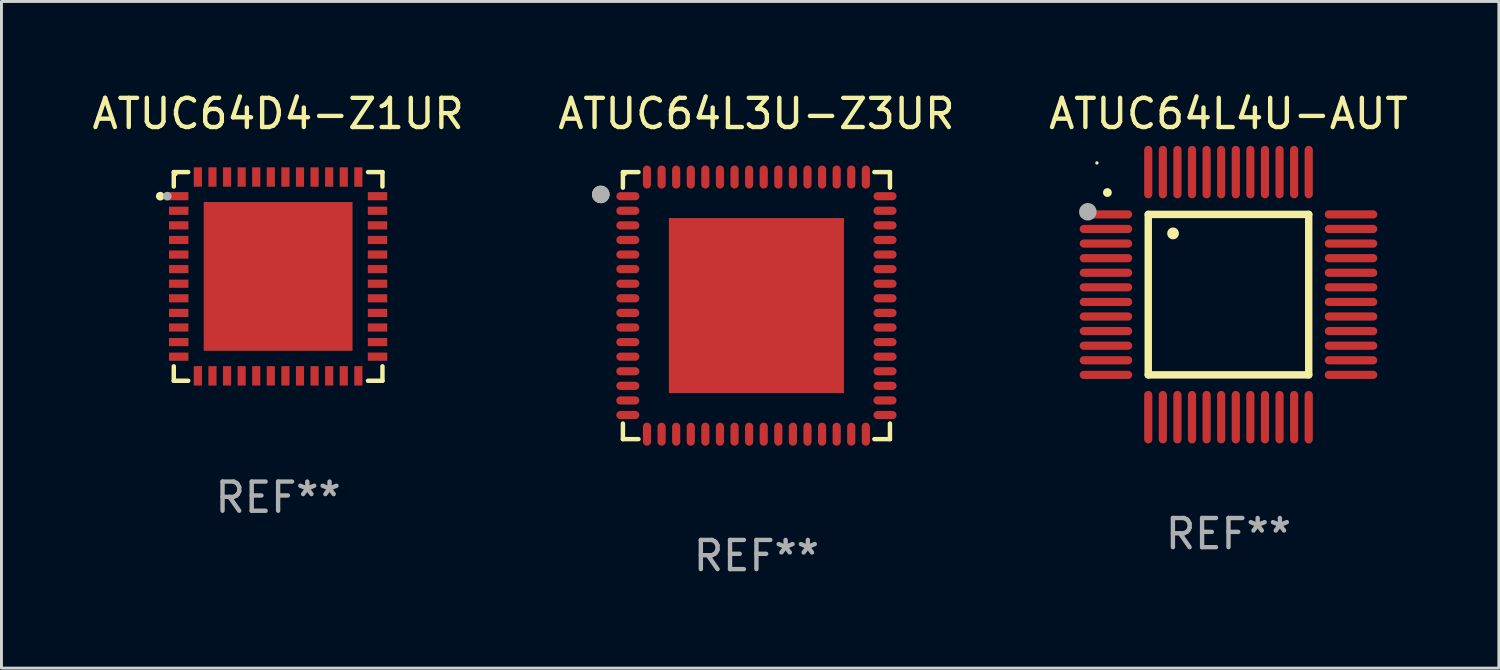
<source format=kicad_pcb>
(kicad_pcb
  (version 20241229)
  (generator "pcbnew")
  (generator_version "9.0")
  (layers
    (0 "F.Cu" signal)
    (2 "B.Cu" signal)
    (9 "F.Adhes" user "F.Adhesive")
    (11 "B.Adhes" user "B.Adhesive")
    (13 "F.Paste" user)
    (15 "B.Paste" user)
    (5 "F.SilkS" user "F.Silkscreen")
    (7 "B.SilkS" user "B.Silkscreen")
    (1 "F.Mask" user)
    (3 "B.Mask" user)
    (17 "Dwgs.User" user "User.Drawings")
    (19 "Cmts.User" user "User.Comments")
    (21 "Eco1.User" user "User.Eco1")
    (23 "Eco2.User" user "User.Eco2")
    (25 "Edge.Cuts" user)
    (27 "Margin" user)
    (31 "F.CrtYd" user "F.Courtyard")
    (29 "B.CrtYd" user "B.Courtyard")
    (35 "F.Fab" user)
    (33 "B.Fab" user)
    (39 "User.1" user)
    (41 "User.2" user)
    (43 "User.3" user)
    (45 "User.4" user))
  (footprint "ATUC64D4-Z1UR"
    (layer "F.Cu")
    (at 6.482 6.424)
    (property "Reference" "ATUC64D4-Z1UR" (at 0 -5.576 0) (layer "F.SilkS") (effects (font (size 1 1) (thickness 0.15))))
    (attr through_hole)
    (fp_line (start -3.576 -3.576) (end -3.576 -3.081) (stroke (width 0.152) (type solid)) (layer "F.SilkS"))
    (fp_line (start -3.576 3.576) (end -3.576 3.081) (stroke (width 0.152) (type solid)) (layer "F.SilkS"))
    (fp_line (start -3.081 -3.576) (end -3.576 -3.576) (stroke (width 0.152) (type solid)) (layer "F.SilkS"))
    (fp_line (start -3.081 3.576) (end -3.576 3.576) (stroke (width 0.152) (type solid)) (layer "F.SilkS"))
    (fp_line (start 3.081 -3.576) (end 3.576 -3.576) (stroke (width 0.152) (type solid)) (layer "F.SilkS"))
    (fp_line (start 3.081 3.576) (end 3.576 3.576) (stroke (width 0.152) (type solid)) (layer "F.SilkS"))
    (fp_line (start 3.576 -3.576) (end 3.576 -3.081) (stroke (width 0.152) (type solid)) (layer "F.SilkS"))
    (fp_line (start 3.576 3.576) (end 3.576 3.081) (stroke (width 0.152) (type solid)) (layer "F.SilkS"))
    (fp_circle (center -4.04 -2.75) (end -3.965 -2.75) (stroke (width 0.15) (type solid)) (fill no) (layer "F.SilkS"))
    (fp_circle (center -3.5 -3.5) (end -3.47 -3.5) (stroke (width 0.06) (type solid)) (fill no) (layer "F.SilkS"))
    (fp_circle (center -3.8 -2.75) (end -3.725 -2.75) (stroke (width 0.15) (type solid)) (fill no) (layer "F.Fab"))
    (fp_text user "REF**" (at 0 7.576 0) (layer "F.Fab") (effects (font (size 1 1) (thickness 0.15))))
    (pad "1" smd rect (at -3.407 -2.75) (size 0.665 0.28) (layers "F.Cu" "F.Mask" "F.Paste"))
    (pad "2" smd rect (at -3.407 -2.25) (size 0.665 0.28) (layers "F.Cu" "F.Mask" "F.Paste"))
    (pad "3" smd rect (at -3.407 -1.75) (size 0.665 0.28) (layers "F.Cu" "F.Mask" "F.Paste"))
    (pad "4" smd rect (at -3.407 -1.25) (size 0.665 0.28) (layers "F.Cu" "F.Mask" "F.Paste"))
    (pad "5" smd rect (at -3.407 -0.75) (size 0.665 0.28) (layers "F.Cu" "F.Mask" "F.Paste"))
    (pad "6" smd rect (at -3.407 -0.25) (size 0.665 0.28) (layers "F.Cu" "F.Mask" "F.Paste"))
    (pad "7" smd rect (at -3.407 0.25) (size 0.665 0.28) (layers "F.Cu" "F.Mask" "F.Paste"))
    (pad "8" smd rect (at -3.407 0.75) (size 0.665 0.28) (layers "F.Cu" "F.Mask" "F.Paste"))
    (pad "9" smd rect (at -3.407 1.25) (size 0.665 0.28) (layers "F.Cu" "F.Mask" "F.Paste"))
    (pad "10" smd rect (at -3.407 1.75) (size 0.665 0.28) (layers "F.Cu" "F.Mask" "F.Paste"))
    (pad "11" smd rect (at -3.407 2.25) (size 0.665 0.28) (layers "F.Cu" "F.Mask" "F.Paste"))
    (pad "12" smd rect (at -3.407 2.75) (size 0.665 0.28) (layers "F.Cu" "F.Mask" "F.Paste"))
    (pad "13" smd rect (at -2.75 3.407) (size 0.28 0.665) (layers "F.Cu" "F.Mask" "F.Paste"))
    (pad "14" smd rect (at -2.25 3.407) (size 0.28 0.665) (layers "F.Cu" "F.Mask" "F.Paste"))
    (pad "15" smd rect (at -1.75 3.407) (size 0.28 0.665) (layers "F.Cu" "F.Mask" "F.Paste"))
    (pad "16" smd rect (at -1.25 3.407) (size 0.28 0.665) (layers "F.Cu" "F.Mask" "F.Paste"))
    (pad "17" smd rect (at -0.75 3.407) (size 0.28 0.665) (layers "F.Cu" "F.Mask" "F.Paste"))
    (pad "18" smd rect (at -0.25 3.407) (size 0.28 0.665) (layers "F.Cu" "F.Mask" "F.Paste"))
    (pad "19" smd rect (at 0.25 3.407) (size 0.28 0.665) (layers "F.Cu" "F.Mask" "F.Paste"))
    (pad "20" smd rect (at 0.75 3.407) (size 0.28 0.665) (layers "F.Cu" "F.Mask" "F.Paste"))
    (pad "21" smd rect (at 1.25 3.407) (size 0.28 0.665) (layers "F.Cu" "F.Mask" "F.Paste"))
    (pad "22" smd rect (at 1.75 3.407) (size 0.28 0.665) (layers "F.Cu" "F.Mask" "F.Paste"))
    (pad "23" smd rect (at 2.25 3.407) (size 0.28 0.665) (layers "F.Cu" "F.Mask" "F.Paste"))
    (pad "24" smd rect (at 2.75 3.407) (size 0.28 0.665) (layers "F.Cu" "F.Mask" "F.Paste"))
    (pad "25" smd rect (at 3.407 2.75) (size 0.665 0.28) (layers "F.Cu" "F.Mask" "F.Paste"))
    (pad "26" smd rect (at 3.407 2.25) (size 0.665 0.28) (layers "F.Cu" "F.Mask" "F.Paste"))
    (pad "27" smd rect (at 3.407 1.75) (size 0.665 0.28) (layers "F.Cu" "F.Mask" "F.Paste"))
    (pad "28" smd rect (at 3.407 1.25) (size 0.665 0.28) (layers "F.Cu" "F.Mask" "F.Paste"))
    (pad "29" smd rect (at 3.407 0.75) (size 0.665 0.28) (layers "F.Cu" "F.Mask" "F.Paste"))
    (pad "30" smd rect (at 3.407 0.25) (size 0.665 0.28) (layers "F.Cu" "F.Mask" "F.Paste"))
    (pad "31" smd rect (at 3.407 -0.25) (size 0.665 0.28) (layers "F.Cu" "F.Mask" "F.Paste"))
    (pad "32" smd rect (at 3.407 -0.75) (size 0.665 0.28) (layers "F.Cu" "F.Mask" "F.Paste"))
    (pad "33" smd rect (at 3.407 -1.25) (size 0.665 0.28) (layers "F.Cu" "F.Mask" "F.Paste"))
    (pad "34" smd rect (at 3.407 -1.75) (size 0.665 0.28) (layers "F.Cu" "F.Mask" "F.Paste"))
    (pad "35" smd rect (at 3.407 -2.25) (size 0.665 0.28) (layers "F.Cu" "F.Mask" "F.Paste"))
    (pad "36" smd rect (at 3.407 -2.75) (size 0.665 0.28) (layers "F.Cu" "F.Mask" "F.Paste"))
    (pad "37" smd rect (at 2.75 -3.407) (size 0.28 0.665) (layers "F.Cu" "F.Mask" "F.Paste"))
    (pad "38" smd rect (at 2.25 -3.407) (size 0.28 0.665) (layers "F.Cu" "F.Mask" "F.Paste"))
    (pad "39" smd rect (at 1.75 -3.407) (size 0.28 0.665) (layers "F.Cu" "F.Mask" "F.Paste"))
    (pad "40" smd rect (at 1.25 -3.407) (size 0.28 0.665) (layers "F.Cu" "F.Mask" "F.Paste"))
    (pad "41" smd rect (at 0.75 -3.407) (size 0.28 0.665) (layers "F.Cu" "F.Mask" "F.Paste"))
    (pad "42" smd rect (at 0.25 -3.407) (size 0.28 0.665) (layers "F.Cu" "F.Mask" "F.Paste"))
    (pad "43" smd rect (at -0.25 -3.407) (size 0.28 0.665) (layers "F.Cu" "F.Mask" "F.Paste"))
    (pad "44" smd rect (at -0.75 -3.407) (size 0.28 0.665) (layers "F.Cu" "F.Mask" "F.Paste"))
    (pad "45" smd rect (at -1.25 -3.407) (size 0.28 0.665) (layers "F.Cu" "F.Mask" "F.Paste"))
    (pad "46" smd rect (at -1.75 -3.407) (size 0.28 0.665) (layers "F.Cu" "F.Mask" "F.Paste"))
    (pad "47" smd rect (at -2.25 -3.407) (size 0.28 0.665) (layers "F.Cu" "F.Mask" "F.Paste"))
    (pad "48" smd rect (at -2.75 -3.407) (size 0.28 0.665) (layers "F.Cu" "F.Mask" "F.Paste"))
    (pad "49" smd rect (at 0 0) (size 5.1 5.1) (layers "F.Cu" "F.Mask" "F.Paste")))
  (footprint "ATUC64L4U-AUT"
    (layer "F.Cu")
    (at 39.054 7.048)
    (property "Reference" "ATUC64L4U-AUT" (at 0 -6.2 0) (layer "F.SilkS") (effects (font (size 1 1) (thickness 0.15))))
    (attr through_hole)
    (fp_line (start -2.75 -2.75) (end 2.75 -2.75) (stroke (width 0.254) (type solid)) (layer "F.SilkS"))
    (fp_line (start -2.75 2.75) (end -2.75 -2.75) (stroke (width 0.254) (type solid)) (layer "F.SilkS"))
    (fp_line (start 2.75 -2.75) (end 2.75 2.75) (stroke (width 0.254) (type solid)) (layer "F.SilkS"))
    (fp_line (start 2.75 2.75) (end -2.75 2.75) (stroke (width 0.254) (type solid)) (layer "F.SilkS"))
    (fp_arc (start -4.150368 -3.497587) (mid -4.150373 -3.498857) (end -4.150368 -3.500127) (stroke (width 0.3) (type solid)) (layer "F.SilkS"))
    (fp_arc (start -1.899924 -2.095504) (mid -1.89994 -2.098044) (end -1.899924 -2.100584) (stroke (width 0.4) (type solid)) (layer "F.SilkS"))
    (fp_circle (center -4.509 -4.513) (end -4.479 -4.513) (stroke (width 0.06) (type solid)) (fill no) (layer "F.SilkS"))
    (fp_circle (center -4.82 -2.84) (end -4.67 -2.84) (stroke (width 0.3) (type solid)) (fill no) (layer "F.Fab"))
    (fp_text user "REF**" (at 0 8.2 0) (layer "F.Fab") (effects (font (size 1 1) (thickness 0.15))))
    (pad "1" smd oval (at -4.2 -2.75 90) (size 0.28 1.8) (layers "F.Cu" "F.Mask" "F.Paste"))
    (pad "2" smd oval (at -4.2 -2.25 90) (size 0.28 1.8) (layers "F.Cu" "F.Mask" "F.Paste"))
    (pad "3" smd oval (at -4.2 -1.75 90) (size 0.28 1.8) (layers "F.Cu" "F.Mask" "F.Paste"))
    (pad "4" smd oval (at -4.2 -1.25 90) (size 0.28 1.8) (layers "F.Cu" "F.Mask" "F.Paste"))
    (pad "5" smd oval (at -4.2 -0.75 90) (size 0.28 1.8) (layers "F.Cu" "F.Mask" "F.Paste"))
    (pad "6" smd oval (at -4.2 -0.25 90) (size 0.28 1.8) (layers "F.Cu" "F.Mask" "F.Paste"))
    (pad "7" smd oval (at -4.2 0.25 90) (size 0.28 1.8) (layers "F.Cu" "F.Mask" "F.Paste"))
    (pad "8" smd oval (at -4.2 0.75 90) (size 0.28 1.8) (layers "F.Cu" "F.Mask" "F.Paste"))
    (pad "9" smd oval (at -4.2 1.25 90) (size 0.28 1.8) (layers "F.Cu" "F.Mask" "F.Paste"))
    (pad "10" smd oval (at -4.2 1.75 90) (size 0.28 1.8) (layers "F.Cu" "F.Mask" "F.Paste"))
    (pad "11" smd oval (at -4.2 2.25 90) (size 0.28 1.8) (layers "F.Cu" "F.Mask" "F.Paste"))
    (pad "12" smd oval (at -4.2 2.75 90) (size 0.28 1.8) (layers "F.Cu" "F.Mask" "F.Paste"))
    (pad "13" smd oval (at -2.75 4.2) (size 0.28 1.8) (layers "F.Cu" "F.Mask" "F.Paste"))
    (pad "14" smd oval (at -2.25 4.2) (size 0.28 1.8) (layers "F.Cu" "F.Mask" "F.Paste"))
    (pad "15" smd oval (at -1.75 4.2) (size 0.28 1.8) (layers "F.Cu" "F.Mask" "F.Paste"))
    (pad "16" smd oval (at -1.25 4.2) (size 0.28 1.8) (layers "F.Cu" "F.Mask" "F.Paste"))
    (pad "17" smd oval (at -0.75 4.2) (size 0.28 1.8) (layers "F.Cu" "F.Mask" "F.Paste"))
    (pad "18" smd oval (at -0.25 4.2) (size 0.28 1.8) (layers "F.Cu" "F.Mask" "F.Paste"))
    (pad "19" smd oval (at 0.25 4.2) (size 0.28 1.8) (layers "F.Cu" "F.Mask" "F.Paste"))
    (pad "20" smd oval (at 0.75 4.2) (size 0.28 1.8) (layers "F.Cu" "F.Mask" "F.Paste"))
    (pad "21" smd oval (at 1.25 4.2) (size 0.28 1.8) (layers "F.Cu" "F.Mask" "F.Paste"))
    (pad "22" smd oval (at 1.75 4.2) (size 0.28 1.8) (layers "F.Cu" "F.Mask" "F.Paste"))
    (pad "23" smd oval (at 2.25 4.2) (size 0.28 1.8) (layers "F.Cu" "F.Mask" "F.Paste"))
    (pad "24" smd oval (at 2.75 4.2) (size 0.28 1.8) (layers "F.Cu" "F.Mask" "F.Paste"))
    (pad "25" smd oval (at 4.2 2.75 90) (size 0.28 1.8) (layers "F.Cu" "F.Mask" "F.Paste"))
    (pad "26" smd oval (at 4.2 2.25 90) (size 0.28 1.8) (layers "F.Cu" "F.Mask" "F.Paste"))
    (pad "27" smd oval (at 4.2 1.75 90) (size 0.28 1.8) (layers "F.Cu" "F.Mask" "F.Paste"))
    (pad "28" smd oval (at 4.2 1.25 90) (size 0.28 1.8) (layers "F.Cu" "F.Mask" "F.Paste"))
    (pad "29" smd oval (at 4.2 0.75 90) (size 0.28 1.8) (layers "F.Cu" "F.Mask" "F.Paste"))
    (pad "30" smd oval (at 4.2 0.25 90) (size 0.28 1.8) (layers "F.Cu" "F.Mask" "F.Paste"))
    (pad "31" smd oval (at 4.2 -0.25 90) (size 0.28 1.8) (layers "F.Cu" "F.Mask" "F.Paste"))
    (pad "32" smd oval (at 4.2 -0.75 90) (size 0.28 1.8) (layers "F.Cu" "F.Mask" "F.Paste"))
    (pad "33" smd oval (at 4.2 -1.25 90) (size 0.28 1.8) (layers "F.Cu" "F.Mask" "F.Paste"))
    (pad "34" smd oval (at 4.2 -1.75 90) (size 0.28 1.8) (layers "F.Cu" "F.Mask" "F.Paste"))
    (pad "35" smd oval (at 4.2 -2.25 90) (size 0.28 1.8) (layers "F.Cu" "F.Mask" "F.Paste"))
    (pad "36" smd oval (at 4.2 -2.75 90) (size 0.28 1.8) (layers "F.Cu" "F.Mask" "F.Paste"))
    (pad "37" smd oval (at 2.75 -4.2) (size 0.28 1.8) (layers "F.Cu" "F.Mask" "F.Paste"))
    (pad "38" smd oval (at 2.25 -4.2) (size 0.28 1.8) (layers "F.Cu" "F.Mask" "F.Paste"))
    (pad "39" smd oval (at 1.75 -4.2) (size 0.28 1.8) (layers "F.Cu" "F.Mask" "F.Paste"))
    (pad "40" smd oval (at 1.25 -4.2) (size 0.28 1.8) (layers "F.Cu" "F.Mask" "F.Paste"))
    (pad "41" smd oval (at 0.75 -4.2) (size 0.28 1.8) (layers "F.Cu" "F.Mask" "F.Paste"))
    (pad "42" smd oval (at 0.25 -4.2) (size 0.28 1.8) (layers "F.Cu" "F.Mask" "F.Paste"))
    (pad "43" smd oval (at -0.25 -4.2) (size 0.28 1.8) (layers "F.Cu" "F.Mask" "F.Paste"))
    (pad "44" smd oval (at -0.75 -4.2) (size 0.28 1.8) (layers "F.Cu" "F.Mask" "F.Paste"))
    (pad "45" smd oval (at -1.25 -4.2) (size 0.28 1.8) (layers "F.Cu" "F.Mask" "F.Paste"))
    (pad "46" smd oval (at -1.75 -4.2) (size 0.28 1.8) (layers "F.Cu" "F.Mask" "F.Paste"))
    (pad "47" smd oval (at -2.25 -4.2) (size 0.28 1.8) (layers "F.Cu" "F.Mask" "F.Paste"))
    (pad "48" smd oval (at -2.75 -4.2) (size 0.28 1.8) (layers "F.Cu" "F.Mask" "F.Paste")))
  (footprint "ATUC64L3U-Z3UR"
    (layer "F.Cu")
    (at 22.875 7.424)
    (property "Reference" "ATUC64L3U-Z3UR" (at 0 -6.576 0) (layer "F.SilkS") (effects (font (size 1 1) (thickness 0.15))))
    (attr through_hole)
    (fp_line (start -4.576 -4.576) (end -4.042 -4.576) (stroke (width 0.152) (type solid)) (layer "F.SilkS"))
    (fp_line (start -4.576 -4.042) (end -4.576 -4.576) (stroke (width 0.152) (type solid)) (layer "F.SilkS"))
    (fp_line (start -4.576 4.042) (end -4.576 4.576) (stroke (width 0.152) (type solid)) (layer "F.SilkS"))
    (fp_line (start -4.576 4.576) (end -4.042 4.576) (stroke (width 0.152) (type solid)) (layer "F.SilkS"))
    (fp_line (start 4.576 -4.576) (end 4.042 -4.576) (stroke (width 0.152) (type solid)) (layer "F.SilkS"))
    (fp_line (start 4.576 -4.042) (end 4.576 -4.576) (stroke (width 0.152) (type solid)) (layer "F.SilkS"))
    (fp_line (start 4.576 4.042) (end 4.576 4.576) (stroke (width 0.152) (type solid)) (layer "F.SilkS"))
    (fp_line (start 4.576 4.576) (end 4.042 4.576) (stroke (width 0.152) (type solid)) (layer "F.SilkS"))
    (fp_circle (center -5.334 -3.81) (end -5.184 -3.81) (stroke (width 0.3) (type solid)) (fill no) (layer "F.SilkS"))
    (fp_circle (center -4.5 -4.5) (end -4.47 -4.5) (stroke (width 0.06) (type solid)) (fill no) (layer "F.SilkS"))
    (fp_circle (center -5.334 -3.81) (end -5.184 -3.81) (stroke (width 0.3) (type solid)) (fill no) (layer "F.Fab"))
    (fp_text user "REF**" (at 0 8.576 0) (layer "F.Fab") (effects (font (size 1 1) (thickness 0.15))))
    (pad "1" smd oval (at -4.407 -3.75) (size 0.79 0.28) (layers "F.Cu" "F.Mask" "F.Paste"))
    (pad "2" smd oval (at -4.407 -3.25) (size 0.79 0.28) (layers "F.Cu" "F.Mask" "F.Paste"))
    (pad "3" smd oval (at -4.407 -2.75) (size 0.79 0.28) (layers "F.Cu" "F.Mask" "F.Paste"))
    (pad "4" smd oval (at -4.407 -2.25) (size 0.79 0.28) (layers "F.Cu" "F.Mask" "F.Paste"))
    (pad "5" smd oval (at -4.407 -1.75) (size 0.79 0.28) (layers "F.Cu" "F.Mask" "F.Paste"))
    (pad "6" smd oval (at -4.407 -1.25) (size 0.79 0.28) (layers "F.Cu" "F.Mask" "F.Paste"))
    (pad "7" smd oval (at -4.407 -0.75) (size 0.79 0.28) (layers "F.Cu" "F.Mask" "F.Paste"))
    (pad "8" smd oval (at -4.407 -0.25) (size 0.79 0.28) (layers "F.Cu" "F.Mask" "F.Paste"))
    (pad "9" smd oval (at -4.407 0.25) (size 0.79 0.28) (layers "F.Cu" "F.Mask" "F.Paste"))
    (pad "10" smd oval (at -4.407 0.75) (size 0.79 0.28) (layers "F.Cu" "F.Mask" "F.Paste"))
    (pad "11" smd oval (at -4.407 1.25) (size 0.79 0.28) (layers "F.Cu" "F.Mask" "F.Paste"))
    (pad "12" smd oval (at -4.407 1.75) (size 0.79 0.28) (layers "F.Cu" "F.Mask" "F.Paste"))
    (pad "13" smd oval (at -4.407 2.25) (size 0.79 0.28) (layers "F.Cu" "F.Mask" "F.Paste"))
    (pad "14" smd oval (at -4.407 2.75) (size 0.79 0.28) (layers "F.Cu" "F.Mask" "F.Paste"))
    (pad "15" smd oval (at -4.407 3.25) (size 0.79 0.28) (layers "F.Cu" "F.Mask" "F.Paste"))
    (pad "16" smd oval (at -4.407 3.75) (size 0.79 0.28) (layers "F.Cu" "F.Mask" "F.Paste"))
    (pad "17" smd oval (at -3.75 4.407) (size 0.28 0.79) (layers "F.Cu" "F.Mask" "F.Paste"))
    (pad "18" smd oval (at -3.25 4.407) (size 0.28 0.79) (layers "F.Cu" "F.Mask" "F.Paste"))
    (pad "19" smd oval (at -2.75 4.407) (size 0.28 0.79) (layers "F.Cu" "F.Mask" "F.Paste"))
    (pad "20" smd oval (at -2.25 4.407) (size 0.28 0.79) (layers "F.Cu" "F.Mask" "F.Paste"))
    (pad "21" smd oval (at -1.75 4.407) (size 0.28 0.79) (layers "F.Cu" "F.Mask" "F.Paste"))
    (pad "22" smd oval (at -1.25 4.407) (size 0.28 0.79) (layers "F.Cu" "F.Mask" "F.Paste"))
    (pad "23" smd oval (at -0.75 4.407) (size 0.28 0.79) (layers "F.Cu" "F.Mask" "F.Paste"))
    (pad "24" smd oval (at -0.25 4.407) (size 0.28 0.79) (layers "F.Cu" "F.Mask" "F.Paste"))
    (pad "25" smd oval (at 0.25 4.407) (size 0.28 0.79) (layers "F.Cu" "F.Mask" "F.Paste"))
    (pad "26" smd oval (at 0.75 4.407) (size 0.28 0.79) (layers "F.Cu" "F.Mask" "F.Paste"))
    (pad "27" smd oval (at 1.25 4.407) (size 0.28 0.79) (layers "F.Cu" "F.Mask" "F.Paste"))
    (pad "28" smd oval (at 1.75 4.407) (size 0.28 0.79) (layers "F.Cu" "F.Mask" "F.Paste"))
    (pad "29" smd oval (at 2.25 4.407) (size 0.28 0.79) (layers "F.Cu" "F.Mask" "F.Paste"))
    (pad "30" smd oval (at 2.75 4.407) (size 0.28 0.79) (layers "F.Cu" "F.Mask" "F.Paste"))
    (pad "31" smd oval (at 3.25 4.407) (size 0.28 0.79) (layers "F.Cu" "F.Mask" "F.Paste"))
    (pad "32" smd oval (at 3.75 4.407) (size 0.28 0.79) (layers "F.Cu" "F.Mask" "F.Paste"))
    (pad "33" smd oval (at 4.407 3.75) (size 0.79 0.28) (layers "F.Cu" "F.Mask" "F.Paste"))
    (pad "34" smd oval (at 4.407 3.25) (size 0.79 0.28) (layers "F.Cu" "F.Mask" "F.Paste"))
    (pad "35" smd oval (at 4.407 2.75) (size 0.79 0.28) (layers "F.Cu" "F.Mask" "F.Paste"))
    (pad "36" smd oval (at 4.407 2.25) (size 0.79 0.28) (layers "F.Cu" "F.Mask" "F.Paste"))
    (pad "37" smd oval (at 4.407 1.75) (size 0.79 0.28) (layers "F.Cu" "F.Mask" "F.Paste"))
    (pad "38" smd oval (at 4.407 1.25) (size 0.79 0.28) (layers "F.Cu" "F.Mask" "F.Paste"))
    (pad "39" smd oval (at 4.407 0.75) (size 0.79 0.28) (layers "F.Cu" "F.Mask" "F.Paste"))
    (pad "40" smd oval (at 4.407 0.25) (size 0.79 0.28) (layers "F.Cu" "F.Mask" "F.Paste"))
    (pad "41" smd oval (at 4.407 -0.25) (size 0.79 0.28) (layers "F.Cu" "F.Mask" "F.Paste"))
    (pad "42" smd oval (at 4.407 -0.75) (size 0.79 0.28) (layers "F.Cu" "F.Mask" "F.Paste"))
    (pad "43" smd oval (at 4.407 -1.25) (size 0.79 0.28) (layers "F.Cu" "F.Mask" "F.Paste"))
    (pad "44" smd oval (at 4.407 -1.75) (size 0.79 0.28) (layers "F.Cu" "F.Mask" "F.Paste"))
    (pad "45" smd oval (at 4.407 -2.25) (size 0.79 0.28) (layers "F.Cu" "F.Mask" "F.Paste"))
    (pad "46" smd oval (at 4.407 -2.75) (size 0.79 0.28) (layers "F.Cu" "F.Mask" "F.Paste"))
    (pad "47" smd oval (at 4.407 -3.25) (size 0.79 0.28) (layers "F.Cu" "F.Mask" "F.Paste"))
    (pad "48" smd oval (at 4.407 -3.75) (size 0.79 0.28) (layers "F.Cu" "F.Mask" "F.Paste"))
    (pad "49" smd oval (at 3.75 -4.407) (size 0.28 0.79) (layers "F.Cu" "F.Mask" "F.Paste"))
    (pad "50" smd oval (at 3.25 -4.407) (size 0.28 0.79) (layers "F.Cu" "F.Mask" "F.Paste"))
    (pad "51" smd oval (at 2.75 -4.407) (size 0.28 0.79) (layers "F.Cu" "F.Mask" "F.Paste"))
    (pad "52" smd oval (at 2.25 -4.407) (size 0.28 0.79) (layers "F.Cu" "F.Mask" "F.Paste"))
    (pad "53" smd oval (at 1.75 -4.407) (size 0.28 0.79) (layers "F.Cu" "F.Mask" "F.Paste"))
    (pad "54" smd oval (at 1.25 -4.407) (size 0.28 0.79) (layers "F.Cu" "F.Mask" "F.Paste"))
    (pad "55" smd oval (at 0.75 -4.407) (size 0.28 0.79) (layers "F.Cu" "F.Mask" "F.Paste"))
    (pad "56" smd oval (at 0.25 -4.407) (size 0.28 0.79) (layers "F.Cu" "F.Mask" "F.Paste"))
    (pad "57" smd oval (at -0.25 -4.407) (size 0.28 0.79) (layers "F.Cu" "F.Mask" "F.Paste"))
    (pad "58" smd oval (at -0.75 -4.407) (size 0.28 0.79) (layers "F.Cu" "F.Mask" "F.Paste"))
    (pad "59" smd oval (at -1.25 -4.407) (size 0.28 0.79) (layers "F.Cu" "F.Mask" "F.Paste"))
    (pad "60" smd oval (at -1.75 -4.407) (size 0.28 0.79) (layers "F.Cu" "F.Mask" "F.Paste"))
    (pad "61" smd oval (at -2.25 -4.407) (size 0.28 0.79) (layers "F.Cu" "F.Mask" "F.Paste"))
    (pad "62" smd oval (at -2.75 -4.407) (size 0.28 0.79) (layers "F.Cu" "F.Mask" "F.Paste"))
    (pad "63" smd oval (at -3.25 -4.407) (size 0.28 0.79) (layers "F.Cu" "F.Mask" "F.Paste"))
    (pad "64" smd oval (at -3.75 -4.407) (size 0.28 0.79) (layers "F.Cu" "F.Mask" "F.Paste"))
    (pad "65" smd rect (at 0 0) (size 6 6) (layers "F.Cu" "F.Mask" "F.Paste")))
  (gr_rect
    (start -3 -3)
    (end 48.321 19.849)
    (stroke (width 0.1) (type default))
    (fill no)
    (layer "Edge.Cuts")))
</source>
